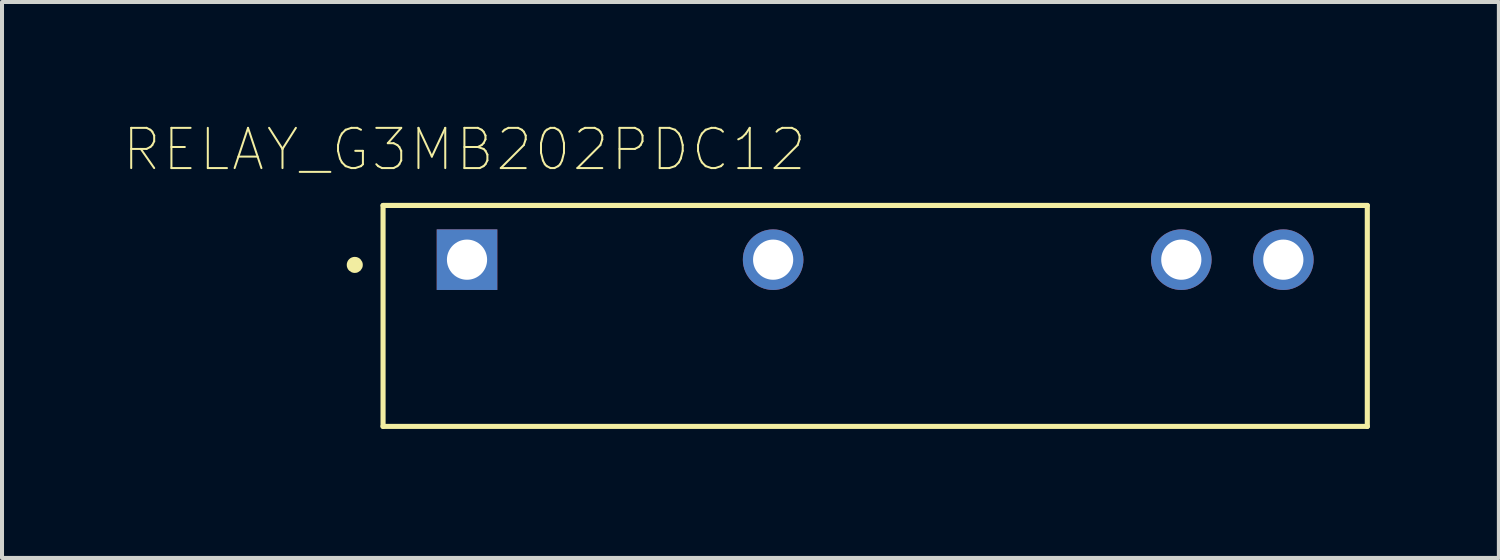
<source format=kicad_pcb>
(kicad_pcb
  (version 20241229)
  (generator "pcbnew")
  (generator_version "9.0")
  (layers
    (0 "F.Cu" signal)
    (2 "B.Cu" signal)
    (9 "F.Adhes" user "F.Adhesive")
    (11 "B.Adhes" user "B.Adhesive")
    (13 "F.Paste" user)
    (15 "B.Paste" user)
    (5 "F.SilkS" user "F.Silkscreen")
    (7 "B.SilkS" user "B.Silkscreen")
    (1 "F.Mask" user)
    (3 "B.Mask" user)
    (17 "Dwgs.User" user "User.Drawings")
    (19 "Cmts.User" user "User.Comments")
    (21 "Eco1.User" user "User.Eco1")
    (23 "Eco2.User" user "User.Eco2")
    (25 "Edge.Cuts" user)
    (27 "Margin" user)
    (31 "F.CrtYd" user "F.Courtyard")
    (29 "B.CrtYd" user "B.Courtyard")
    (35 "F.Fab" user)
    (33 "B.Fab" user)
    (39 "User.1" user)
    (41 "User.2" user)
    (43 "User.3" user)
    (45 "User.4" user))
  (footprint "RELAY_G3MB202PDC12"
    (layer "F.Cu")
    (at 18.735 4.814)
    (property "Reference" "RELAY_G3MB202PDC12" (at -10.225 -4.141 0) (layer "F.SilkS") (effects (font (size 1.001 1.001) (thickness 0.05))))
    (attr through_hole)
    (fp_line (start -12.25 -2.75) (end -12.25 2.75) (stroke (width 0.127) (type solid)) (layer "F.SilkS"))
    (fp_line (start -12.25 2.75) (end 12.25 2.75) (stroke (width 0.127) (type solid)) (layer "F.SilkS"))
    (fp_line (start 12.25 -2.75) (end -12.25 -2.75) (stroke (width 0.127) (type solid)) (layer "F.SilkS"))
    (fp_line (start 12.25 2.75) (end 12.25 -2.75) (stroke (width 0.127) (type solid)) (layer "F.SilkS"))
    (fp_circle (center -12.954 -1.27) (end -12.854 -1.27) (stroke (width 0.2) (type solid)) (fill no) (layer "F.SilkS"))
    (fp_line (start -12.5 -3) (end 12.5 -3) (stroke (width 0.05) (type solid)) (layer "Eco1.User"))
    (fp_line (start -12.5 3) (end -12.5 -3) (stroke (width 0.05) (type solid)) (layer "Eco1.User"))
    (fp_line (start 12.5 -3) (end 12.5 3) (stroke (width 0.05) (type solid)) (layer "Eco1.User"))
    (fp_line (start 12.5 3) (end -12.5 3) (stroke (width 0.05) (type solid)) (layer "Eco1.User"))
    (fp_line (start -12.25 -2.75) (end -12.25 2.75) (stroke (width 0.127) (type solid)) (layer "Eco2.User"))
    (fp_line (start -12.25 2.75) (end 12.25 2.75) (stroke (width 0.127) (type solid)) (layer "Eco2.User"))
    (fp_line (start 12.25 -2.75) (end -12.25 -2.75) (stroke (width 0.127) (type solid)) (layer "Eco2.User"))
    (fp_line (start 12.25 2.75) (end 12.25 -2.75) (stroke (width 0.127) (type solid)) (layer "Eco2.User"))
    (fp_circle (center -11.43 -1.27) (end -11.33 -1.27) (stroke (width 0.2) (type solid)) (fill no) (layer "Eco2.User"))
    (pad "1" thru_hole rect (at -10.16 -1.4 180) (size 1.508 1.508) (drill 1) (layers "*.Cu" "*.Mask"))
    (pad "2" thru_hole circle (at -2.54 -1.4 180) (size 1.508 1.508) (drill 1) (layers "*.Cu" "*.Mask"))
    (pad "3" thru_hole circle (at 7.62 -1.4 180) (size 1.508 1.508) (drill 1) (layers "*.Cu" "*.Mask"))
    (pad "4" thru_hole circle (at 10.16 -1.4 180) (size 1.508 1.508) (drill 1) (layers "*.Cu" "*.Mask")))
  (gr_rect
    (start -3 -3)
    (end 34.26 10.839)
    (stroke (width 0.1) (type default))
    (fill no)
    (layer "Edge.Cuts")))
</source>
